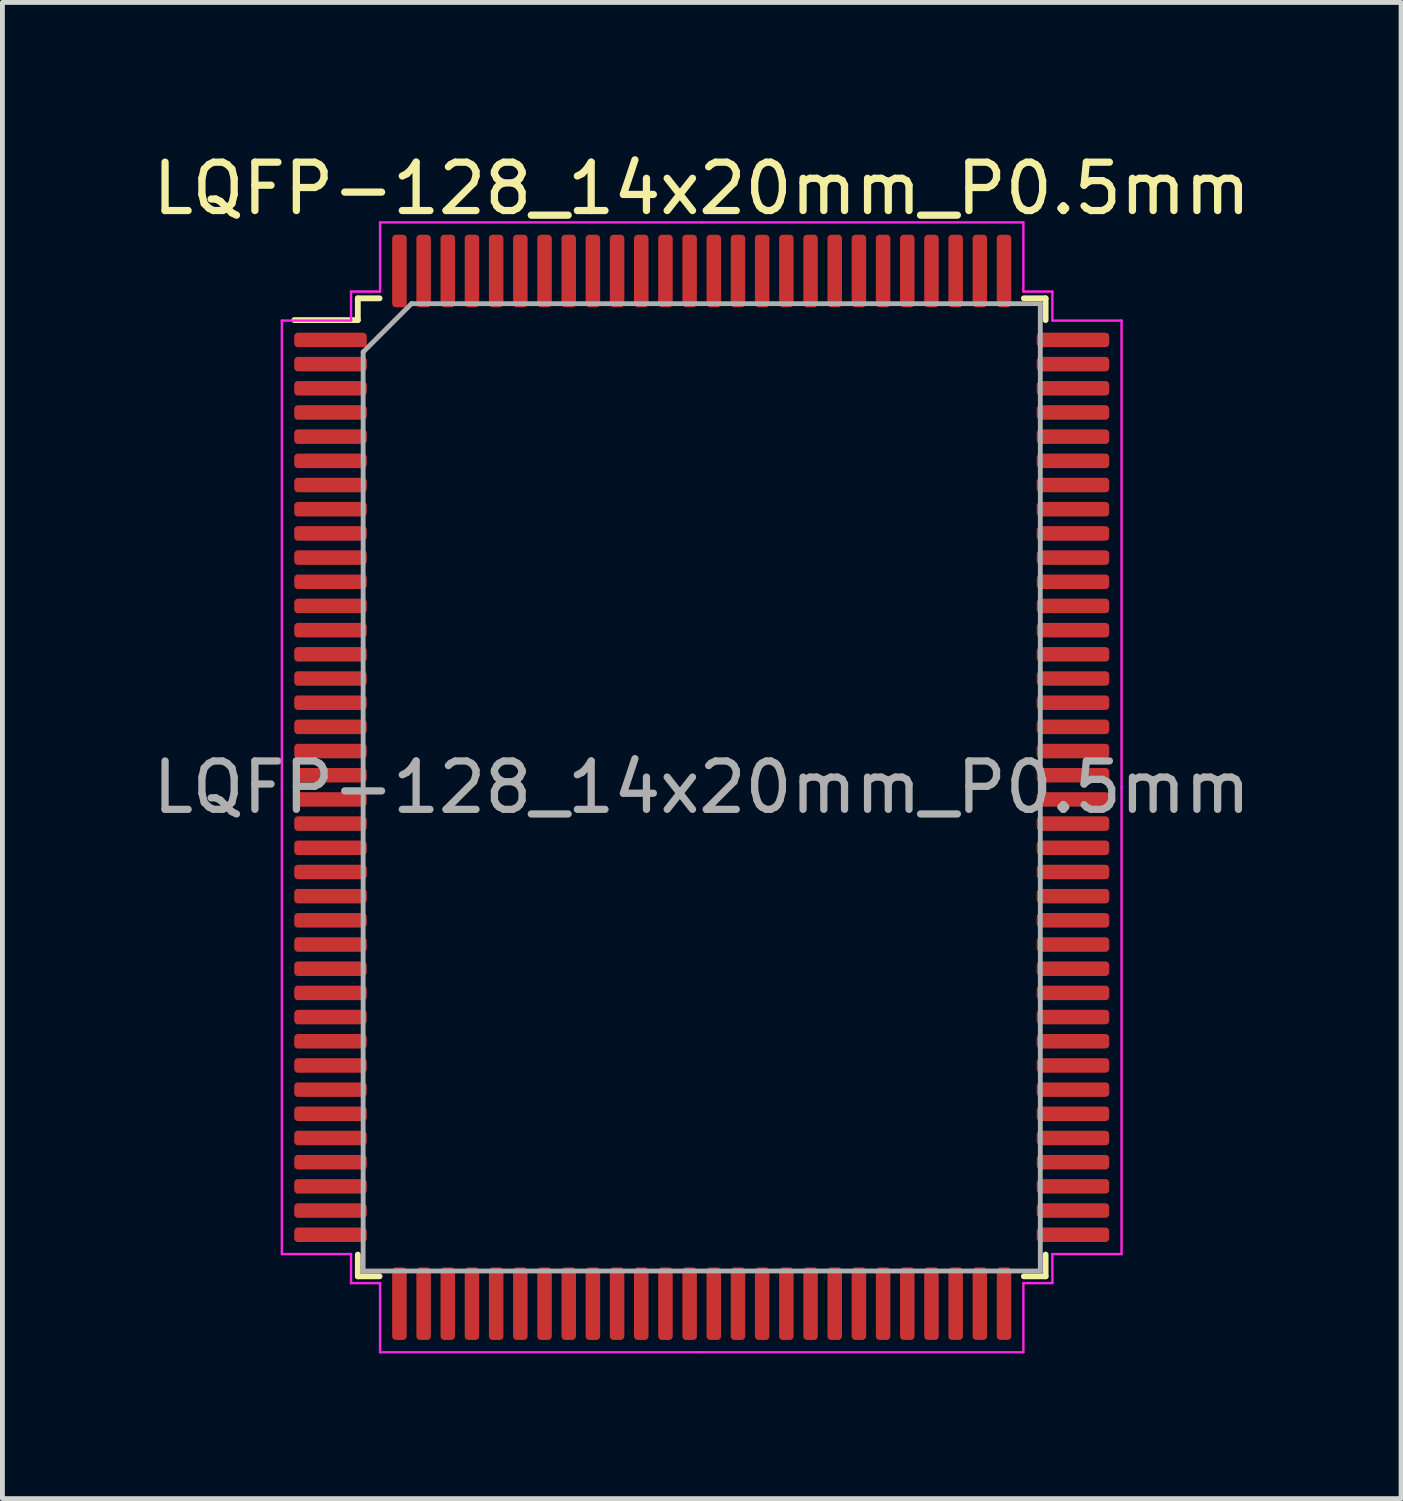
<source format=kicad_pcb>
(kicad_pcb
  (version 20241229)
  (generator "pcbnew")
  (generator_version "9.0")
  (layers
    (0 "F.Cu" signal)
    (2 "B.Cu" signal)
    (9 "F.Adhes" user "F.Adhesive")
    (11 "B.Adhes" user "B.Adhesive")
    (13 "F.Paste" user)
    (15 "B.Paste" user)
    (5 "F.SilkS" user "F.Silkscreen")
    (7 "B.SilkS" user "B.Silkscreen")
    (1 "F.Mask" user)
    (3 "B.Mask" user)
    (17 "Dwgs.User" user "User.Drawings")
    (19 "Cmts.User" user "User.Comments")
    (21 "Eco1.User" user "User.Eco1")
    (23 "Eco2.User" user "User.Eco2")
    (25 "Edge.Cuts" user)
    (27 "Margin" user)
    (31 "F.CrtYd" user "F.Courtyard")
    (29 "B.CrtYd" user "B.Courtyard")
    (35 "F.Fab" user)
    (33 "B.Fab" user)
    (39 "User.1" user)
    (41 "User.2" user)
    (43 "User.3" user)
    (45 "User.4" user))
  (footprint "LQFP-128_14x20mm_P0.5mm"
    (layer "F.Cu")
    (at 11.458 13.228)
    (property "Reference" "LQFP-128_14x20mm_P0.5mm" (at 0 -12.38 0) (layer "F.SilkS") (effects (font (size 1 1) (thickness 0.15))))
    (attr smd)
    (fp_line (start -7.11 -10.11) (end -7.11 -9.66) (stroke (width 0.12) (type solid)) (layer "F.SilkS"))
    (fp_line (start -7.11 -9.66) (end -8.425 -9.66) (stroke (width 0.12) (type solid)) (layer "F.SilkS"))
    (fp_line (start -7.11 10.11) (end -7.11 9.66) (stroke (width 0.12) (type solid)) (layer "F.SilkS"))
    (fp_line (start -6.66 -10.11) (end -7.11 -10.11) (stroke (width 0.12) (type solid)) (layer "F.SilkS"))
    (fp_line (start -6.66 10.11) (end -7.11 10.11) (stroke (width 0.12) (type solid)) (layer "F.SilkS"))
    (fp_line (start 6.66 -10.11) (end 7.11 -10.11) (stroke (width 0.12) (type solid)) (layer "F.SilkS"))
    (fp_line (start 6.66 10.11) (end 7.11 10.11) (stroke (width 0.12) (type solid)) (layer "F.SilkS"))
    (fp_line (start 7.11 -10.11) (end 7.11 -9.66) (stroke (width 0.12) (type solid)) (layer "F.SilkS"))
    (fp_line (start 7.11 10.11) (end 7.11 9.66) (stroke (width 0.12) (type solid)) (layer "F.SilkS"))
    (fp_line (start -8.68 -9.65) (end -8.68 0) (stroke (width 0.05) (type solid)) (layer "F.CrtYd"))
    (fp_line (start -8.68 9.65) (end -8.68 0) (stroke (width 0.05) (type solid)) (layer "F.CrtYd"))
    (fp_line (start -7.25 -10.25) (end -7.25 -9.65) (stroke (width 0.05) (type solid)) (layer "F.CrtYd"))
    (fp_line (start -7.25 -9.65) (end -8.68 -9.65) (stroke (width 0.05) (type solid)) (layer "F.CrtYd"))
    (fp_line (start -7.25 9.65) (end -8.68 9.65) (stroke (width 0.05) (type solid)) (layer "F.CrtYd"))
    (fp_line (start -7.25 10.25) (end -7.25 9.65) (stroke (width 0.05) (type solid)) (layer "F.CrtYd"))
    (fp_line (start -6.65 -11.68) (end -6.65 -10.25) (stroke (width 0.05) (type solid)) (layer "F.CrtYd"))
    (fp_line (start -6.65 -10.25) (end -7.25 -10.25) (stroke (width 0.05) (type solid)) (layer "F.CrtYd"))
    (fp_line (start -6.65 10.25) (end -7.25 10.25) (stroke (width 0.05) (type solid)) (layer "F.CrtYd"))
    (fp_line (start -6.65 11.68) (end -6.65 10.25) (stroke (width 0.05) (type solid)) (layer "F.CrtYd"))
    (fp_line (start 0 -11.68) (end -6.65 -11.68) (stroke (width 0.05) (type solid)) (layer "F.CrtYd"))
    (fp_line (start 0 -11.68) (end 6.65 -11.68) (stroke (width 0.05) (type solid)) (layer "F.CrtYd"))
    (fp_line (start 0 11.68) (end -6.65 11.68) (stroke (width 0.05) (type solid)) (layer "F.CrtYd"))
    (fp_line (start 0 11.68) (end 6.65 11.68) (stroke (width 0.05) (type solid)) (layer "F.CrtYd"))
    (fp_line (start 6.65 -11.68) (end 6.65 -10.25) (stroke (width 0.05) (type solid)) (layer "F.CrtYd"))
    (fp_line (start 6.65 -10.25) (end 7.25 -10.25) (stroke (width 0.05) (type solid)) (layer "F.CrtYd"))
    (fp_line (start 6.65 10.25) (end 7.25 10.25) (stroke (width 0.05) (type solid)) (layer "F.CrtYd"))
    (fp_line (start 6.65 11.68) (end 6.65 10.25) (stroke (width 0.05) (type solid)) (layer "F.CrtYd"))
    (fp_line (start 7.25 -10.25) (end 7.25 -9.65) (stroke (width 0.05) (type solid)) (layer "F.CrtYd"))
    (fp_line (start 7.25 -9.65) (end 8.68 -9.65) (stroke (width 0.05) (type solid)) (layer "F.CrtYd"))
    (fp_line (start 7.25 9.65) (end 8.68 9.65) (stroke (width 0.05) (type solid)) (layer "F.CrtYd"))
    (fp_line (start 7.25 10.25) (end 7.25 9.65) (stroke (width 0.05) (type solid)) (layer "F.CrtYd"))
    (fp_line (start 8.68 -9.65) (end 8.68 0) (stroke (width 0.05) (type solid)) (layer "F.CrtYd"))
    (fp_line (start 8.68 9.65) (end 8.68 0) (stroke (width 0.05) (type solid)) (layer "F.CrtYd"))
    (fp_line (start -7 -9) (end -6 -10) (stroke (width 0.1) (type solid)) (layer "F.Fab"))
    (fp_line (start -7 10) (end -7 -9) (stroke (width 0.1) (type solid)) (layer "F.Fab"))
    (fp_line (start -6 -10) (end 7 -10) (stroke (width 0.1) (type solid)) (layer "F.Fab"))
    (fp_line (start 7 -10) (end 7 10) (stroke (width 0.1) (type solid)) (layer "F.Fab"))
    (fp_line (start 7 10) (end -7 10) (stroke (width 0.1) (type solid)) (layer "F.Fab"))
    (fp_text user "${REFERENCE}" (at 0 0 0) (layer "F.Fab") (effects (font (size 1 1) (thickness 0.15))))
    (pad "1" smd roundrect (at -7.675 -9.25) (size 1.5 0.3) (layers "F.Cu" "F.Mask" "F.Paste") (roundrect_rratio 0.25))
    (pad "2" smd roundrect (at -7.675 -8.75) (size 1.5 0.3) (layers "F.Cu" "F.Mask" "F.Paste") (roundrect_rratio 0.25))
    (pad "3" smd roundrect (at -7.675 -8.25) (size 1.5 0.3) (layers "F.Cu" "F.Mask" "F.Paste") (roundrect_rratio 0.25))
    (pad "4" smd roundrect (at -7.675 -7.75) (size 1.5 0.3) (layers "F.Cu" "F.Mask" "F.Paste") (roundrect_rratio 0.25))
    (pad "5" smd roundrect (at -7.675 -7.25) (size 1.5 0.3) (layers "F.Cu" "F.Mask" "F.Paste") (roundrect_rratio 0.25))
    (pad "6" smd roundrect (at -7.675 -6.75) (size 1.5 0.3) (layers "F.Cu" "F.Mask" "F.Paste") (roundrect_rratio 0.25))
    (pad "7" smd roundrect (at -7.675 -6.25) (size 1.5 0.3) (layers "F.Cu" "F.Mask" "F.Paste") (roundrect_rratio 0.25))
    (pad "8" smd roundrect (at -7.675 -5.75) (size 1.5 0.3) (layers "F.Cu" "F.Mask" "F.Paste") (roundrect_rratio 0.25))
    (pad "9" smd roundrect (at -7.675 -5.25) (size 1.5 0.3) (layers "F.Cu" "F.Mask" "F.Paste") (roundrect_rratio 0.25))
    (pad "10" smd roundrect (at -7.675 -4.75) (size 1.5 0.3) (layers "F.Cu" "F.Mask" "F.Paste") (roundrect_rratio 0.25))
    (pad "11" smd roundrect (at -7.675 -4.25) (size 1.5 0.3) (layers "F.Cu" "F.Mask" "F.Paste") (roundrect_rratio 0.25))
    (pad "12" smd roundrect (at -7.675 -3.75) (size 1.5 0.3) (layers "F.Cu" "F.Mask" "F.Paste") (roundrect_rratio 0.25))
    (pad "13" smd roundrect (at -7.675 -3.25) (size 1.5 0.3) (layers "F.Cu" "F.Mask" "F.Paste") (roundrect_rratio 0.25))
    (pad "14" smd roundrect (at -7.675 -2.75) (size 1.5 0.3) (layers "F.Cu" "F.Mask" "F.Paste") (roundrect_rratio 0.25))
    (pad "15" smd roundrect (at -7.675 -2.25) (size 1.5 0.3) (layers "F.Cu" "F.Mask" "F.Paste") (roundrect_rratio 0.25))
    (pad "16" smd roundrect (at -7.675 -1.75) (size 1.5 0.3) (layers "F.Cu" "F.Mask" "F.Paste") (roundrect_rratio 0.25))
    (pad "17" smd roundrect (at -7.675 -1.25) (size 1.5 0.3) (layers "F.Cu" "F.Mask" "F.Paste") (roundrect_rratio 0.25))
    (pad "18" smd roundrect (at -7.675 -0.75) (size 1.5 0.3) (layers "F.Cu" "F.Mask" "F.Paste") (roundrect_rratio 0.25))
    (pad "19" smd roundrect (at -7.675 -0.25) (size 1.5 0.3) (layers "F.Cu" "F.Mask" "F.Paste") (roundrect_rratio 0.25))
    (pad "20" smd roundrect (at -7.675 0.25) (size 1.5 0.3) (layers "F.Cu" "F.Mask" "F.Paste") (roundrect_rratio 0.25))
    (pad "21" smd roundrect (at -7.675 0.75) (size 1.5 0.3) (layers "F.Cu" "F.Mask" "F.Paste") (roundrect_rratio 0.25))
    (pad "22" smd roundrect (at -7.675 1.25) (size 1.5 0.3) (layers "F.Cu" "F.Mask" "F.Paste") (roundrect_rratio 0.25))
    (pad "23" smd roundrect (at -7.675 1.75) (size 1.5 0.3) (layers "F.Cu" "F.Mask" "F.Paste") (roundrect_rratio 0.25))
    (pad "24" smd roundrect (at -7.675 2.25) (size 1.5 0.3) (layers "F.Cu" "F.Mask" "F.Paste") (roundrect_rratio 0.25))
    (pad "25" smd roundrect (at -7.675 2.75) (size 1.5 0.3) (layers "F.Cu" "F.Mask" "F.Paste") (roundrect_rratio 0.25))
    (pad "26" smd roundrect (at -7.675 3.25) (size 1.5 0.3) (layers "F.Cu" "F.Mask" "F.Paste") (roundrect_rratio 0.25))
    (pad "27" smd roundrect (at -7.675 3.75) (size 1.5 0.3) (layers "F.Cu" "F.Mask" "F.Paste") (roundrect_rratio 0.25))
    (pad "28" smd roundrect (at -7.675 4.25) (size 1.5 0.3) (layers "F.Cu" "F.Mask" "F.Paste") (roundrect_rratio 0.25))
    (pad "29" smd roundrect (at -7.675 4.75) (size 1.5 0.3) (layers "F.Cu" "F.Mask" "F.Paste") (roundrect_rratio 0.25))
    (pad "30" smd roundrect (at -7.675 5.25) (size 1.5 0.3) (layers "F.Cu" "F.Mask" "F.Paste") (roundrect_rratio 0.25))
    (pad "31" smd roundrect (at -7.675 5.75) (size 1.5 0.3) (layers "F.Cu" "F.Mask" "F.Paste") (roundrect_rratio 0.25))
    (pad "32" smd roundrect (at -7.675 6.25) (size 1.5 0.3) (layers "F.Cu" "F.Mask" "F.Paste") (roundrect_rratio 0.25))
    (pad "33" smd roundrect (at -7.675 6.75) (size 1.5 0.3) (layers "F.Cu" "F.Mask" "F.Paste") (roundrect_rratio 0.25))
    (pad "34" smd roundrect (at -7.675 7.25) (size 1.5 0.3) (layers "F.Cu" "F.Mask" "F.Paste") (roundrect_rratio 0.25))
    (pad "35" smd roundrect (at -7.675 7.75) (size 1.5 0.3) (layers "F.Cu" "F.Mask" "F.Paste") (roundrect_rratio 0.25))
    (pad "36" smd roundrect (at -7.675 8.25) (size 1.5 0.3) (layers "F.Cu" "F.Mask" "F.Paste") (roundrect_rratio 0.25))
    (pad "37" smd roundrect (at -7.675 8.75) (size 1.5 0.3) (layers "F.Cu" "F.Mask" "F.Paste") (roundrect_rratio 0.25))
    (pad "38" smd roundrect (at -7.675 9.25) (size 1.5 0.3) (layers "F.Cu" "F.Mask" "F.Paste") (roundrect_rratio 0.25))
    (pad "39" smd roundrect (at -6.25 10.675) (size 0.3 1.5) (layers "F.Cu" "F.Mask" "F.Paste") (roundrect_rratio 0.25))
    (pad "40" smd roundrect (at -5.75 10.675) (size 0.3 1.5) (layers "F.Cu" "F.Mask" "F.Paste") (roundrect_rratio 0.25))
    (pad "41" smd roundrect (at -5.25 10.675) (size 0.3 1.5) (layers "F.Cu" "F.Mask" "F.Paste") (roundrect_rratio 0.25))
    (pad "42" smd roundrect (at -4.75 10.675) (size 0.3 1.5) (layers "F.Cu" "F.Mask" "F.Paste") (roundrect_rratio 0.25))
    (pad "43" smd roundrect (at -4.25 10.675) (size 0.3 1.5) (layers "F.Cu" "F.Mask" "F.Paste") (roundrect_rratio 0.25))
    (pad "44" smd roundrect (at -3.75 10.675) (size 0.3 1.5) (layers "F.Cu" "F.Mask" "F.Paste") (roundrect_rratio 0.25))
    (pad "45" smd roundrect (at -3.25 10.675) (size 0.3 1.5) (layers "F.Cu" "F.Mask" "F.Paste") (roundrect_rratio 0.25))
    (pad "46" smd roundrect (at -2.75 10.675) (size 0.3 1.5) (layers "F.Cu" "F.Mask" "F.Paste") (roundrect_rratio 0.25))
    (pad "47" smd roundrect (at -2.25 10.675) (size 0.3 1.5) (layers "F.Cu" "F.Mask" "F.Paste") (roundrect_rratio 0.25))
    (pad "48" smd roundrect (at -1.75 10.675) (size 0.3 1.5) (layers "F.Cu" "F.Mask" "F.Paste") (roundrect_rratio 0.25))
    (pad "49" smd roundrect (at -1.25 10.675) (size 0.3 1.5) (layers "F.Cu" "F.Mask" "F.Paste") (roundrect_rratio 0.25))
    (pad "50" smd roundrect (at -0.75 10.675) (size 0.3 1.5) (layers "F.Cu" "F.Mask" "F.Paste") (roundrect_rratio 0.25))
    (pad "51" smd roundrect (at -0.25 10.675) (size 0.3 1.5) (layers "F.Cu" "F.Mask" "F.Paste") (roundrect_rratio 0.25))
    (pad "52" smd roundrect (at 0.25 10.675) (size 0.3 1.5) (layers "F.Cu" "F.Mask" "F.Paste") (roundrect_rratio 0.25))
    (pad "53" smd roundrect (at 0.75 10.675) (size 0.3 1.5) (layers "F.Cu" "F.Mask" "F.Paste") (roundrect_rratio 0.25))
    (pad "54" smd roundrect (at 1.25 10.675) (size 0.3 1.5) (layers "F.Cu" "F.Mask" "F.Paste") (roundrect_rratio 0.25))
    (pad "55" smd roundrect (at 1.75 10.675) (size 0.3 1.5) (layers "F.Cu" "F.Mask" "F.Paste") (roundrect_rratio 0.25))
    (pad "56" smd roundrect (at 2.25 10.675) (size 0.3 1.5) (layers "F.Cu" "F.Mask" "F.Paste") (roundrect_rratio 0.25))
    (pad "57" smd roundrect (at 2.75 10.675) (size 0.3 1.5) (layers "F.Cu" "F.Mask" "F.Paste") (roundrect_rratio 0.25))
    (pad "58" smd roundrect (at 3.25 10.675) (size 0.3 1.5) (layers "F.Cu" "F.Mask" "F.Paste") (roundrect_rratio 0.25))
    (pad "59" smd roundrect (at 3.75 10.675) (size 0.3 1.5) (layers "F.Cu" "F.Mask" "F.Paste") (roundrect_rratio 0.25))
    (pad "60" smd roundrect (at 4.25 10.675) (size 0.3 1.5) (layers "F.Cu" "F.Mask" "F.Paste") (roundrect_rratio 0.25))
    (pad "61" smd roundrect (at 4.75 10.675) (size 0.3 1.5) (layers "F.Cu" "F.Mask" "F.Paste") (roundrect_rratio 0.25))
    (pad "62" smd roundrect (at 5.25 10.675) (size 0.3 1.5) (layers "F.Cu" "F.Mask" "F.Paste") (roundrect_rratio 0.25))
    (pad "63" smd roundrect (at 5.75 10.675) (size 0.3 1.5) (layers "F.Cu" "F.Mask" "F.Paste") (roundrect_rratio 0.25))
    (pad "64" smd roundrect (at 6.25 10.675) (size 0.3 1.5) (layers "F.Cu" "F.Mask" "F.Paste") (roundrect_rratio 0.25))
    (pad "65" smd roundrect (at 7.675 9.25) (size 1.5 0.3) (layers "F.Cu" "F.Mask" "F.Paste") (roundrect_rratio 0.25))
    (pad "66" smd roundrect (at 7.675 8.75) (size 1.5 0.3) (layers "F.Cu" "F.Mask" "F.Paste") (roundrect_rratio 0.25))
    (pad "67" smd roundrect (at 7.675 8.25) (size 1.5 0.3) (layers "F.Cu" "F.Mask" "F.Paste") (roundrect_rratio 0.25))
    (pad "68" smd roundrect (at 7.675 7.75) (size 1.5 0.3) (layers "F.Cu" "F.Mask" "F.Paste") (roundrect_rratio 0.25))
    (pad "69" smd roundrect (at 7.675 7.25) (size 1.5 0.3) (layers "F.Cu" "F.Mask" "F.Paste") (roundrect_rratio 0.25))
    (pad "70" smd roundrect (at 7.675 6.75) (size 1.5 0.3) (layers "F.Cu" "F.Mask" "F.Paste") (roundrect_rratio 0.25))
    (pad "71" smd roundrect (at 7.675 6.25) (size 1.5 0.3) (layers "F.Cu" "F.Mask" "F.Paste") (roundrect_rratio 0.25))
    (pad "72" smd roundrect (at 7.675 5.75) (size 1.5 0.3) (layers "F.Cu" "F.Mask" "F.Paste") (roundrect_rratio 0.25))
    (pad "73" smd roundrect (at 7.675 5.25) (size 1.5 0.3) (layers "F.Cu" "F.Mask" "F.Paste") (roundrect_rratio 0.25))
    (pad "74" smd roundrect (at 7.675 4.75) (size 1.5 0.3) (layers "F.Cu" "F.Mask" "F.Paste") (roundrect_rratio 0.25))
    (pad "75" smd roundrect (at 7.675 4.25) (size 1.5 0.3) (layers "F.Cu" "F.Mask" "F.Paste") (roundrect_rratio 0.25))
    (pad "76" smd roundrect (at 7.675 3.75) (size 1.5 0.3) (layers "F.Cu" "F.Mask" "F.Paste") (roundrect_rratio 0.25))
    (pad "77" smd roundrect (at 7.675 3.25) (size 1.5 0.3) (layers "F.Cu" "F.Mask" "F.Paste") (roundrect_rratio 0.25))
    (pad "78" smd roundrect (at 7.675 2.75) (size 1.5 0.3) (layers "F.Cu" "F.Mask" "F.Paste") (roundrect_rratio 0.25))
    (pad "79" smd roundrect (at 7.675 2.25) (size 1.5 0.3) (layers "F.Cu" "F.Mask" "F.Paste") (roundrect_rratio 0.25))
    (pad "80" smd roundrect (at 7.675 1.75) (size 1.5 0.3) (layers "F.Cu" "F.Mask" "F.Paste") (roundrect_rratio 0.25))
    (pad "81" smd roundrect (at 7.675 1.25) (size 1.5 0.3) (layers "F.Cu" "F.Mask" "F.Paste") (roundrect_rratio 0.25))
    (pad "82" smd roundrect (at 7.675 0.75) (size 1.5 0.3) (layers "F.Cu" "F.Mask" "F.Paste") (roundrect_rratio 0.25))
    (pad "83" smd roundrect (at 7.675 0.25) (size 1.5 0.3) (layers "F.Cu" "F.Mask" "F.Paste") (roundrect_rratio 0.25))
    (pad "84" smd roundrect (at 7.675 -0.25) (size 1.5 0.3) (layers "F.Cu" "F.Mask" "F.Paste") (roundrect_rratio 0.25))
    (pad "85" smd roundrect (at 7.675 -0.75) (size 1.5 0.3) (layers "F.Cu" "F.Mask" "F.Paste") (roundrect_rratio 0.25))
    (pad "86" smd roundrect (at 7.675 -1.25) (size 1.5 0.3) (layers "F.Cu" "F.Mask" "F.Paste") (roundrect_rratio 0.25))
    (pad "87" smd roundrect (at 7.675 -1.75) (size 1.5 0.3) (layers "F.Cu" "F.Mask" "F.Paste") (roundrect_rratio 0.25))
    (pad "88" smd roundrect (at 7.675 -2.25) (size 1.5 0.3) (layers "F.Cu" "F.Mask" "F.Paste") (roundrect_rratio 0.25))
    (pad "89" smd roundrect (at 7.675 -2.75) (size 1.5 0.3) (layers "F.Cu" "F.Mask" "F.Paste") (roundrect_rratio 0.25))
    (pad "90" smd roundrect (at 7.675 -3.25) (size 1.5 0.3) (layers "F.Cu" "F.Mask" "F.Paste") (roundrect_rratio 0.25))
    (pad "91" smd roundrect (at 7.675 -3.75) (size 1.5 0.3) (layers "F.Cu" "F.Mask" "F.Paste") (roundrect_rratio 0.25))
    (pad "92" smd roundrect (at 7.675 -4.25) (size 1.5 0.3) (layers "F.Cu" "F.Mask" "F.Paste") (roundrect_rratio 0.25))
    (pad "93" smd roundrect (at 7.675 -4.75) (size 1.5 0.3) (layers "F.Cu" "F.Mask" "F.Paste") (roundrect_rratio 0.25))
    (pad "94" smd roundrect (at 7.675 -5.25) (size 1.5 0.3) (layers "F.Cu" "F.Mask" "F.Paste") (roundrect_rratio 0.25))
    (pad "95" smd roundrect (at 7.675 -5.75) (size 1.5 0.3) (layers "F.Cu" "F.Mask" "F.Paste") (roundrect_rratio 0.25))
    (pad "96" smd roundrect (at 7.675 -6.25) (size 1.5 0.3) (layers "F.Cu" "F.Mask" "F.Paste") (roundrect_rratio 0.25))
    (pad "97" smd roundrect (at 7.675 -6.75) (size 1.5 0.3) (layers "F.Cu" "F.Mask" "F.Paste") (roundrect_rratio 0.25))
    (pad "98" smd roundrect (at 7.675 -7.25) (size 1.5 0.3) (layers "F.Cu" "F.Mask" "F.Paste") (roundrect_rratio 0.25))
    (pad "99" smd roundrect (at 7.675 -7.75) (size 1.5 0.3) (layers "F.Cu" "F.Mask" "F.Paste") (roundrect_rratio 0.25))
    (pad "100" smd roundrect (at 7.675 -8.25) (size 1.5 0.3) (layers "F.Cu" "F.Mask" "F.Paste") (roundrect_rratio 0.25))
    (pad "101" smd roundrect (at 7.675 -8.75) (size 1.5 0.3) (layers "F.Cu" "F.Mask" "F.Paste") (roundrect_rratio 0.25))
    (pad "102" smd roundrect (at 7.675 -9.25) (size 1.5 0.3) (layers "F.Cu" "F.Mask" "F.Paste") (roundrect_rratio 0.25))
    (pad "103" smd roundrect (at 6.25 -10.675) (size 0.3 1.5) (layers "F.Cu" "F.Mask" "F.Paste") (roundrect_rratio 0.25))
    (pad "104" smd roundrect (at 5.75 -10.675) (size 0.3 1.5) (layers "F.Cu" "F.Mask" "F.Paste") (roundrect_rratio 0.25))
    (pad "105" smd roundrect (at 5.25 -10.675) (size 0.3 1.5) (layers "F.Cu" "F.Mask" "F.Paste") (roundrect_rratio 0.25))
    (pad "106" smd roundrect (at 4.75 -10.675) (size 0.3 1.5) (layers "F.Cu" "F.Mask" "F.Paste") (roundrect_rratio 0.25))
    (pad "107" smd roundrect (at 4.25 -10.675) (size 0.3 1.5) (layers "F.Cu" "F.Mask" "F.Paste") (roundrect_rratio 0.25))
    (pad "108" smd roundrect (at 3.75 -10.675) (size 0.3 1.5) (layers "F.Cu" "F.Mask" "F.Paste") (roundrect_rratio 0.25))
    (pad "109" smd roundrect (at 3.25 -10.675) (size 0.3 1.5) (layers "F.Cu" "F.Mask" "F.Paste") (roundrect_rratio 0.25))
    (pad "110" smd roundrect (at 2.75 -10.675) (size 0.3 1.5) (layers "F.Cu" "F.Mask" "F.Paste") (roundrect_rratio 0.25))
    (pad "111" smd roundrect (at 2.25 -10.675) (size 0.3 1.5) (layers "F.Cu" "F.Mask" "F.Paste") (roundrect_rratio 0.25))
    (pad "112" smd roundrect (at 1.75 -10.675) (size 0.3 1.5) (layers "F.Cu" "F.Mask" "F.Paste") (roundrect_rratio 0.25))
    (pad "113" smd roundrect (at 1.25 -10.675) (size 0.3 1.5) (layers "F.Cu" "F.Mask" "F.Paste") (roundrect_rratio 0.25))
    (pad "114" smd roundrect (at 0.75 -10.675) (size 0.3 1.5) (layers "F.Cu" "F.Mask" "F.Paste") (roundrect_rratio 0.25))
    (pad "115" smd roundrect (at 0.25 -10.675) (size 0.3 1.5) (layers "F.Cu" "F.Mask" "F.Paste") (roundrect_rratio 0.25))
    (pad "116" smd roundrect (at -0.25 -10.675) (size 0.3 1.5) (layers "F.Cu" "F.Mask" "F.Paste") (roundrect_rratio 0.25))
    (pad "117" smd roundrect (at -0.75 -10.675) (size 0.3 1.5) (layers "F.Cu" "F.Mask" "F.Paste") (roundrect_rratio 0.25))
    (pad "118" smd roundrect (at -1.25 -10.675) (size 0.3 1.5) (layers "F.Cu" "F.Mask" "F.Paste") (roundrect_rratio 0.25))
    (pad "119" smd roundrect (at -1.75 -10.675) (size 0.3 1.5) (layers "F.Cu" "F.Mask" "F.Paste") (roundrect_rratio 0.25))
    (pad "120" smd roundrect (at -2.25 -10.675) (size 0.3 1.5) (layers "F.Cu" "F.Mask" "F.Paste") (roundrect_rratio 0.25))
    (pad "121" smd roundrect (at -2.75 -10.675) (size 0.3 1.5) (layers "F.Cu" "F.Mask" "F.Paste") (roundrect_rratio 0.25))
    (pad "122" smd roundrect (at -3.25 -10.675) (size 0.3 1.5) (layers "F.Cu" "F.Mask" "F.Paste") (roundrect_rratio 0.25))
    (pad "123" smd roundrect (at -3.75 -10.675) (size 0.3 1.5) (layers "F.Cu" "F.Mask" "F.Paste") (roundrect_rratio 0.25))
    (pad "124" smd roundrect (at -4.25 -10.675) (size 0.3 1.5) (layers "F.Cu" "F.Mask" "F.Paste") (roundrect_rratio 0.25))
    (pad "125" smd roundrect (at -4.75 -10.675) (size 0.3 1.5) (layers "F.Cu" "F.Mask" "F.Paste") (roundrect_rratio 0.25))
    (pad "126" smd roundrect (at -5.25 -10.675) (size 0.3 1.5) (layers "F.Cu" "F.Mask" "F.Paste") (roundrect_rratio 0.25))
    (pad "127" smd roundrect (at -5.75 -10.675) (size 0.3 1.5) (layers "F.Cu" "F.Mask" "F.Paste") (roundrect_rratio 0.25))
    (pad "128" smd roundrect (at -6.25 -10.675) (size 0.3 1.5) (layers "F.Cu" "F.Mask" "F.Paste") (roundrect_rratio 0.25)))
  (gr_rect
    (start -3 -3)
    (end 25.917 27.933)
    (stroke (width 0.1) (type default))
    (fill no)
    (layer "Edge.Cuts")))
</source>
